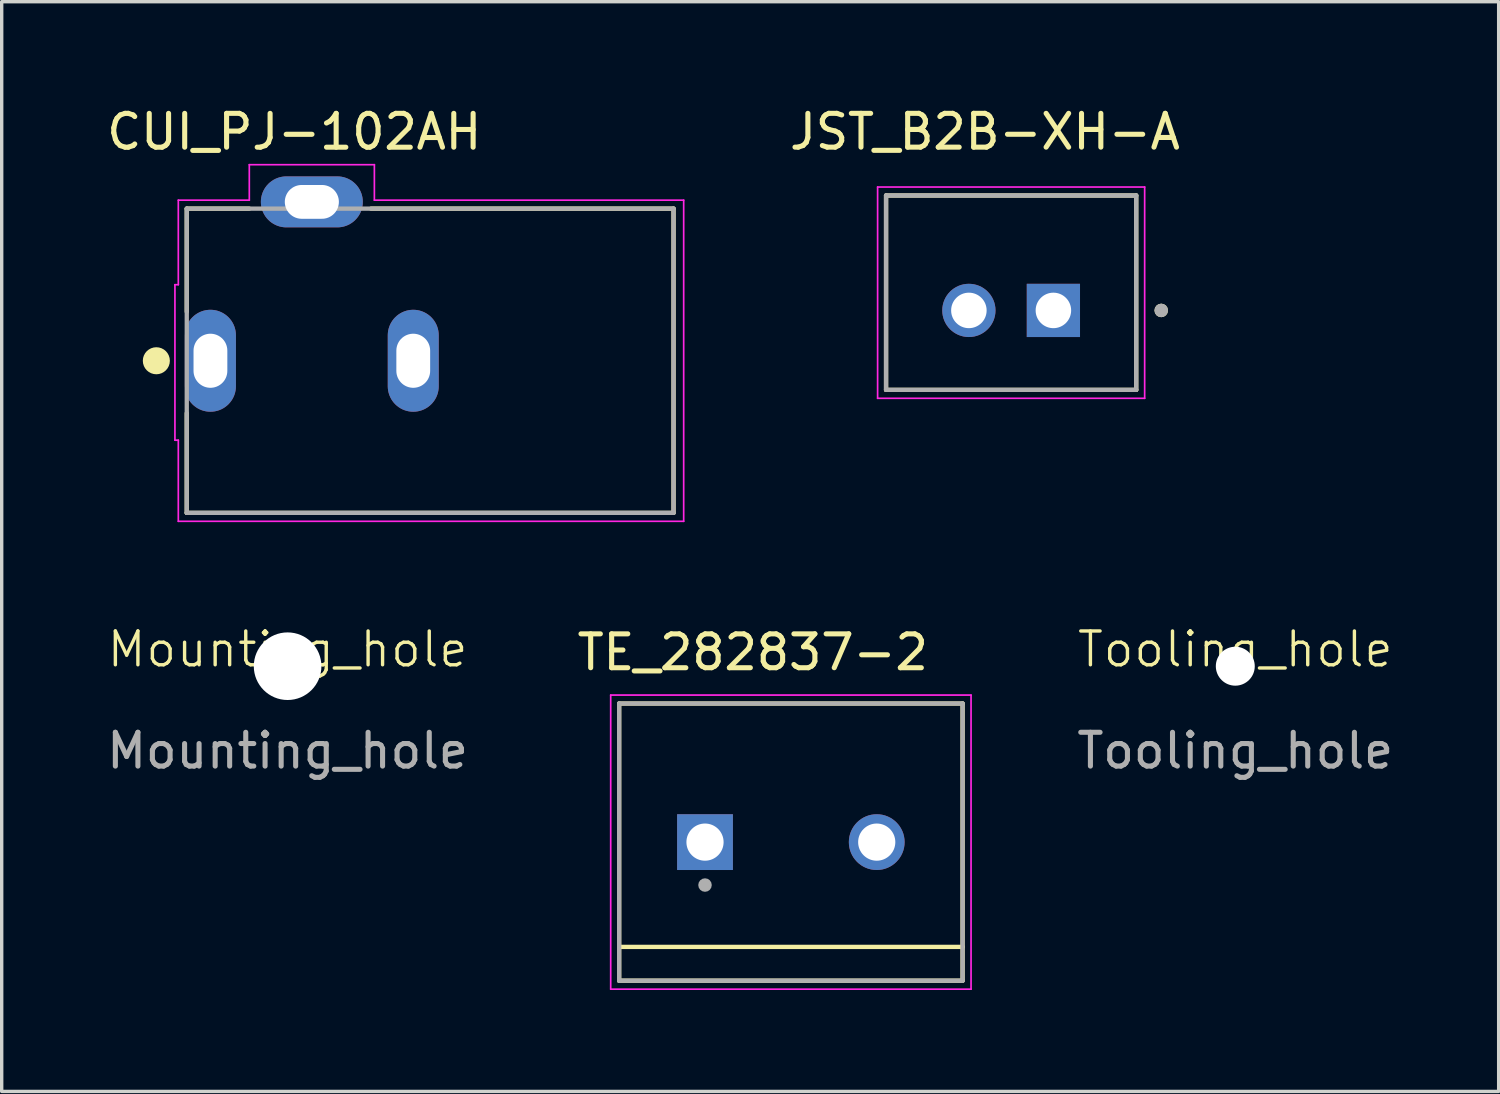
<source format=kicad_pcb>
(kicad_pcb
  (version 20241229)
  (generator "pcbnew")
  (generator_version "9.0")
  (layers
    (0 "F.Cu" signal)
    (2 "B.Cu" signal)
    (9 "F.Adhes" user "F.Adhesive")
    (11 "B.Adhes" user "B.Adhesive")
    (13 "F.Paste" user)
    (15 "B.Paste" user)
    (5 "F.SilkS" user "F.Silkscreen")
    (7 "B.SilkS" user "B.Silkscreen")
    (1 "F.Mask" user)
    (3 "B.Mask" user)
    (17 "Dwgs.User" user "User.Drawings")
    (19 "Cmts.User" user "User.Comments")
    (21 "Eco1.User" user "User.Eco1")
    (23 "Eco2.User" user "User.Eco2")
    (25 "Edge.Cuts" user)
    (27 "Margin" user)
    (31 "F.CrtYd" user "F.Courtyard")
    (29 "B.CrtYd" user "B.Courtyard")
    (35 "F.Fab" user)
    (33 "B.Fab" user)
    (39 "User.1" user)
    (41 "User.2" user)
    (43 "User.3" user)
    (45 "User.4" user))
  (footprint "TE_282837-2"
    (layer "F.Cu")
    (at 20.346 21.862)
    (property "Reference" "TE_282837-2" (at -1.127 -5.615 0) (layer "F.SilkS") (effects (font (size 1.002 1.002) (thickness 0.15))))
    (attr through_hole)
    (fp_line (start -5.08 -4.1) (end 5.08 -4.1) (stroke (width 0.127) (type solid)) (layer "F.SilkS"))
    (fp_line (start -5.08 3.1) (end -5.08 -4.1) (stroke (width 0.127) (type solid)) (layer "F.SilkS"))
    (fp_line (start -5.08 3.1) (end 5.08 3.1) (stroke (width 0.127) (type solid)) (layer "F.SilkS"))
    (fp_line (start -5.08 4.1) (end -5.08 3.1) (stroke (width 0.127) (type solid)) (layer "F.SilkS"))
    (fp_line (start 5.08 -4.1) (end 5.08 3.1) (stroke (width 0.127) (type solid)) (layer "F.SilkS"))
    (fp_line (start 5.08 3.1) (end 5.08 4.1) (stroke (width 0.127) (type solid)) (layer "F.SilkS"))
    (fp_line (start 5.08 4.1) (end -5.08 4.1) (stroke (width 0.127) (type solid)) (layer "F.SilkS"))
    (fp_line (start -5.33 -4.35) (end 5.33 -4.35) (stroke (width 0.05) (type solid)) (layer "F.CrtYd"))
    (fp_line (start -5.33 4.35) (end -5.33 -4.35) (stroke (width 0.05) (type solid)) (layer "F.CrtYd"))
    (fp_line (start 5.33 -4.35) (end 5.33 4.35) (stroke (width 0.05) (type solid)) (layer "F.CrtYd"))
    (fp_line (start 5.33 4.35) (end -5.33 4.35) (stroke (width 0.05) (type solid)) (layer "F.CrtYd"))
    (fp_line (start -5.08 -4.1) (end 5.08 -4.1) (stroke (width 0.127) (type solid)) (layer "F.Fab"))
    (fp_line (start -5.08 4.1) (end -5.08 -4.1) (stroke (width 0.127) (type solid)) (layer "F.Fab"))
    (fp_line (start 5.08 -4.1) (end 5.08 4.1) (stroke (width 0.127) (type solid)) (layer "F.Fab"))
    (fp_line (start 5.08 4.1) (end -5.08 4.1) (stroke (width 0.127) (type solid)) (layer "F.Fab"))
    (fp_circle (center -2.54 1.27) (end -2.44 1.27) (stroke (width 0.2) (type solid)) (fill no) (layer "F.Fab"))
    (pad "1" thru_hole rect (at -2.54 0) (size 1.65 1.65) (drill 1.1) (layers "*.Cu" "*.Mask"))
    (pad "2" thru_hole circle (at 2.54 0) (size 1.65 1.65) (drill 1.1) (layers "*.Cu" "*.Mask")))
  (footprint "Tooling_hole"
    (layer "F.Cu")
    (at 33.493 16.658)
    (property "Reference" "Tooling_hole" (at 0 -0.5 0) (unlocked yes) (layer "F.SilkS") (effects (font (size 1 1) (thickness 0.1))))
    (attr smd)
    (fp_text user "${REFERENCE}" (at 0 2.5 0) (unlocked yes) (layer "F.Fab") (effects (font (size 1 1) (thickness 0.15))))
    (pad "" np_thru_hole circle (at 0 0) (size 1.152 1.152) (drill 1.152) (layers "*.Cu" "*.Mask")))
  (footprint "Mounting_hole"
    (layer "F.Cu")
    (at 5.458 16.658)
    (property "Reference" "Mounting_hole" (at 0 -0.5 0) (unlocked yes) (layer "F.SilkS") (effects (font (size 1 1) (thickness 0.1))))
    (attr smd)
    (fp_text user "${REFERENCE}" (at 0 2.5 0) (unlocked yes) (layer "F.Fab") (effects (font (size 1 1) (thickness 0.15))))
    (pad "" np_thru_hole circle (at 0 0) (size 2 2) (drill 2) (layers "*.Cu" "*.Mask")))
  (footprint "CUI_PJ-102AH"
    (layer "F.Cu")
    (at 9.675 7.622)
    (property "Reference" "CUI_PJ-102AH" (at -4.02 -6.773 0) (layer "F.SilkS") (effects (font (size 1.001 1.001) (thickness 0.15))))
    (attr through_hole)
    (fp_line (start -7.2 -4.5) (end -5.35 -4.5) (stroke (width 0.127) (type solid)) (layer "F.SilkS"))
    (fp_line (start -7.2 -1.45) (end -7.2 -4.5) (stroke (width 0.127) (type solid)) (layer "F.SilkS"))
    (fp_line (start -7.2 4.5) (end -7.2 1.55) (stroke (width 0.127) (type solid)) (layer "F.SilkS"))
    (fp_line (start -1.75 -4.5) (end 7.2 -4.5) (stroke (width 0.127) (type solid)) (layer "F.SilkS"))
    (fp_line (start 7.2 -4.5) (end 7.2 4.5) (stroke (width 0.127) (type solid)) (layer "F.SilkS"))
    (fp_line (start 7.2 4.5) (end -7.2 4.5) (stroke (width 0.127) (type solid)) (layer "F.SilkS"))
    (fp_circle (center -8.1 0) (end -7.9 0) (stroke (width 0.4) (type solid)) (fill no) (layer "F.SilkS"))
    (fp_line (start -7.55 -2.25) (end -7.55 2.35) (stroke (width 0.05) (type solid)) (layer "F.CrtYd"))
    (fp_line (start -7.55 2.35) (end -7.45 2.35) (stroke (width 0.05) (type solid)) (layer "F.CrtYd"))
    (fp_line (start -7.45 -4.75) (end -5.35 -4.75) (stroke (width 0.05) (type solid)) (layer "F.CrtYd"))
    (fp_line (start -7.45 -2.25) (end -7.55 -2.25) (stroke (width 0.05) (type solid)) (layer "F.CrtYd"))
    (fp_line (start -7.45 -2.25) (end -7.45 -4.75) (stroke (width 0.05) (type solid)) (layer "F.CrtYd"))
    (fp_line (start -7.45 4.75) (end -7.45 2.35) (stroke (width 0.05) (type solid)) (layer "F.CrtYd"))
    (fp_line (start -5.35 -5.8) (end -1.65 -5.8) (stroke (width 0.05) (type solid)) (layer "F.CrtYd"))
    (fp_line (start -5.35 -4.75) (end -5.35 -5.8) (stroke (width 0.05) (type solid)) (layer "F.CrtYd"))
    (fp_line (start -1.65 -5.8) (end -1.65 -4.75) (stroke (width 0.05) (type solid)) (layer "F.CrtYd"))
    (fp_line (start -1.65 -4.75) (end 7.5 -4.75) (stroke (width 0.05) (type solid)) (layer "F.CrtYd"))
    (fp_line (start 7.5 -4.75) (end 7.5 4.75) (stroke (width 0.05) (type solid)) (layer "F.CrtYd"))
    (fp_line (start 7.5 4.75) (end -7.45 4.75) (stroke (width 0.05) (type solid)) (layer "F.CrtYd"))
    (fp_line (start -7.2 -4.5) (end 7.2 -4.5) (stroke (width 0.127) (type solid)) (layer "F.Fab"))
    (fp_line (start -7.2 4.5) (end -7.2 -4.5) (stroke (width 0.127) (type solid)) (layer "F.Fab"))
    (fp_line (start 7.2 -4.5) (end 7.2 4.5) (stroke (width 0.127) (type solid)) (layer "F.Fab"))
    (fp_line (start 7.2 4.5) (end -7.2 4.5) (stroke (width 0.127) (type solid)) (layer "F.Fab"))
    (pad "1" thru_hole oval (at -6.5 0) (size 1.508 3.016) (drill oval 1 1.6) (layers "*.Cu" "*.Mask"))
    (pad "2" thru_hole oval (at -0.5 0) (size 1.508 3.016) (drill oval 1 1.6) (layers "*.Cu" "*.Mask"))
    (pad "3" thru_hole oval (at -3.5 -4.7) (size 3.016 1.508) (drill oval 1.6 1) (layers "*.Cu" "*.Mask")))
  (footprint "JST_B2B-XH-A"
    (layer "F.Cu")
    (at 26.862 5.608)
    (property "Reference" "JST_B2B-XH-A" (at -0.775 -4.76 0) (layer "F.SilkS") (effects (font (size 1 1) (thickness 0.15))))
    (attr through_hole)
    (fp_line (start -3.7 -2.875) (end 3.7 -2.875) (stroke (width 0.127) (type solid)) (layer "F.SilkS"))
    (fp_line (start -3.7 2.875) (end -3.7 -2.875) (stroke (width 0.127) (type solid)) (layer "F.SilkS"))
    (fp_line (start 3.7 -2.875) (end 3.7 2.875) (stroke (width 0.127) (type solid)) (layer "F.SilkS"))
    (fp_line (start 3.7 2.875) (end -3.7 2.875) (stroke (width 0.127) (type solid)) (layer "F.SilkS"))
    (fp_circle (center 4.44 0.525) (end 4.54 0.525) (stroke (width 0.2) (type solid)) (fill no) (layer "F.SilkS"))
    (fp_line (start -3.95 -3.125) (end -3.95 3.125) (stroke (width 0.05) (type solid)) (layer "F.CrtYd"))
    (fp_line (start -3.95 3.125) (end 3.95 3.125) (stroke (width 0.05) (type solid)) (layer "F.CrtYd"))
    (fp_line (start 3.95 -3.125) (end -3.95 -3.125) (stroke (width 0.05) (type solid)) (layer "F.CrtYd"))
    (fp_line (start 3.95 3.125) (end 3.95 -3.125) (stroke (width 0.05) (type solid)) (layer "F.CrtYd"))
    (fp_line (start -3.7 -2.875) (end 3.7 -2.875) (stroke (width 0.127) (type solid)) (layer "F.Fab"))
    (fp_line (start -3.7 2.875) (end -3.7 -2.875) (stroke (width 0.127) (type solid)) (layer "F.Fab"))
    (fp_line (start 3.7 -2.875) (end 3.7 2.875) (stroke (width 0.127) (type solid)) (layer "F.Fab"))
    (fp_line (start 3.7 2.875) (end -3.7 2.875) (stroke (width 0.127) (type solid)) (layer "F.Fab"))
    (fp_circle (center 4.44 0.525) (end 4.54 0.525) (stroke (width 0.2) (type solid)) (fill no) (layer "F.Fab"))
    (pad "1" thru_hole rect (at 1.25 0.525) (size 1.575 1.575) (drill 1.05) (layers "*.Cu" "*.Mask"))
    (pad "2" thru_hole circle (at -1.25 0.525) (size 1.575 1.575) (drill 1.05) (layers "*.Cu" "*.Mask")))
  (gr_rect
    (start -3 -3)
    (end 41.284 29.237)
    (stroke (width 0.1) (type default))
    (fill no)
    (layer "Edge.Cuts")))
</source>
